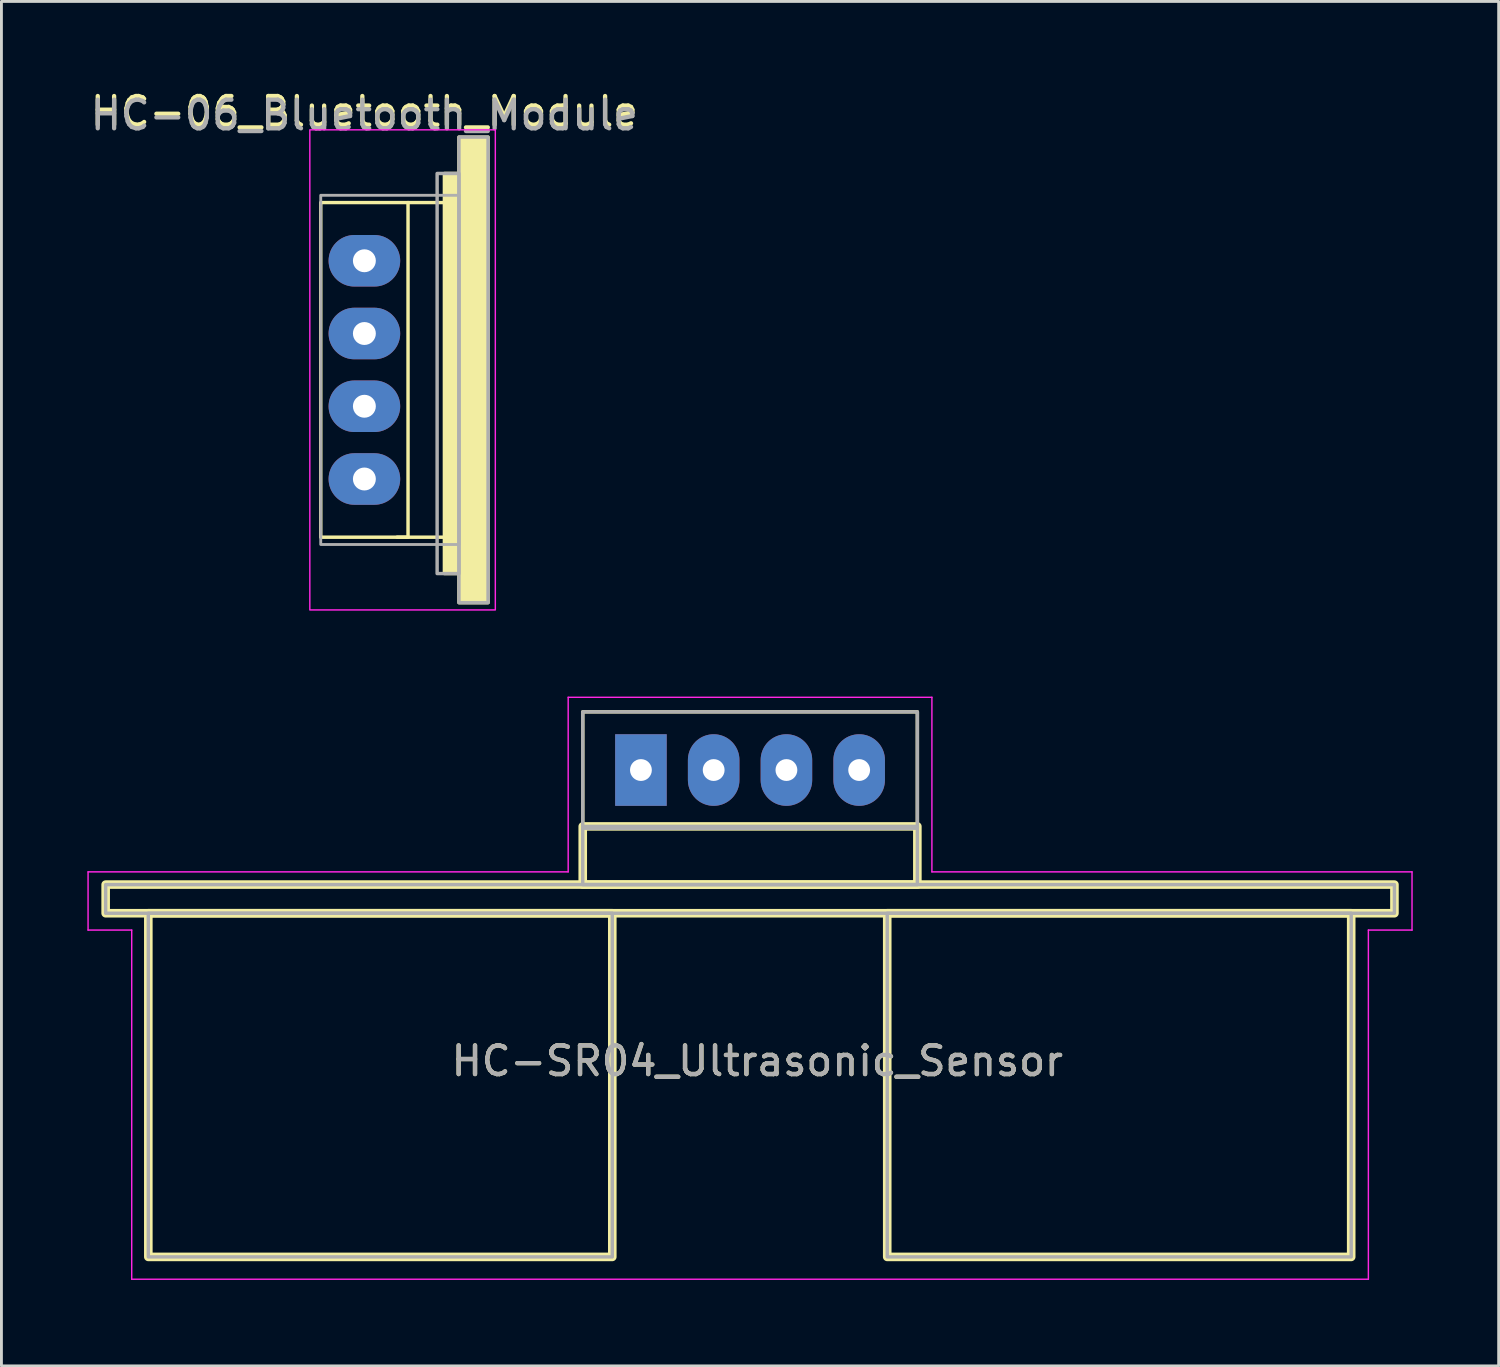
<source format=kicad_pcb>
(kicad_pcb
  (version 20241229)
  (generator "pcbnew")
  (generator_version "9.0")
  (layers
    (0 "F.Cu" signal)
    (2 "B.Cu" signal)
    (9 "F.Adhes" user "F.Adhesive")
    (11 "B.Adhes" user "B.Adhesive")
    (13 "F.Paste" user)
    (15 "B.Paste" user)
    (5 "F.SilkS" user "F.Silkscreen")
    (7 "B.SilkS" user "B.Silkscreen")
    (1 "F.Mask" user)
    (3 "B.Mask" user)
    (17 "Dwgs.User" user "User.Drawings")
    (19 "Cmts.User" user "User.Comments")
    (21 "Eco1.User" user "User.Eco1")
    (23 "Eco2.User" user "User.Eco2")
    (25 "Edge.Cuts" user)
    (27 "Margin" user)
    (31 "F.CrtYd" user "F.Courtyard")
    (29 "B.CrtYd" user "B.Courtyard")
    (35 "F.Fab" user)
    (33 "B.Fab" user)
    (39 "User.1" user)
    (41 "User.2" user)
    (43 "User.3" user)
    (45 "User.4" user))
  (footprint "HC-06_Bluetooth_Module"
    (layer "F.Cu")
    (at 9.673 6.055)
    (property "Reference" "HC-06_Bluetooth_Module" (at 0 -5.207 0) (unlocked yes) (layer "F.SilkS") (effects (font (size 1 1) (thickness 0.15))))
    (attr through_hole)
    (fp_line (start 1.143 9.652) (end 2.921 9.652) (stroke (width 0.12) (type solid)) (layer "F.SilkS"))
    (fp_line (start 1.524 -2.032) (end 3.302 -2.032) (stroke (width 0.12) (type solid)) (layer "F.SilkS"))
    (fp_rect (start -1.524 -2.032) (end 1.524 9.652) (stroke (width 0.12) (type solid)) (fill no) (layer "F.SilkS"))
    (fp_poly (pts (xy 3.302 10.922) (xy 2.794 10.922) (xy 2.794 -3.048) (xy 3.302 -3.048)) (stroke (width 0.12) (type solid)) (fill yes) (layer "F.SilkS"))
    (fp_poly (pts (xy 4.318 11.938) (xy 3.302 11.938) (xy 3.302 -4.318) (xy 4.318 -4.318)) (stroke (width 0.12) (type solid)) (fill yes) (layer "F.SilkS"))
    (fp_rect (start -1.905 -4.572) (end 4.572 12.192) (stroke (width 0.05) (type solid)) (fill no) (layer "F.CrtYd"))
    (fp_rect (start -1.524 -2.286) (end 3.302 9.906) (stroke (width 0.1) (type solid)) (fill no) (layer "F.Fab"))
    (fp_poly (pts (xy 3.302 10.922) (xy 2.54 10.922) (xy 2.54 -3.048) (xy 3.302 -3.048)) (stroke (width 0.12) (type solid)) (fill no) (layer "F.Fab"))
    (fp_poly (pts (xy 4.318 11.938) (xy 3.302 11.938) (xy 3.302 -4.318) (xy 4.318 -4.318)) (stroke (width 0.12) (type solid)) (fill no) (layer "F.Fab"))
    (fp_text user "${REFERENCE}" (at 0 -5.08 0) (unlocked yes) (layer "F.Fab") (effects (font (size 1 1) (thickness 0.15))))
    (pad "1" thru_hole oval (at 0 7.62) (size 2.5 1.8) (drill 0.8) (layers "*.Cu" "*.Mask"))
    (pad "2" thru_hole oval (at 0 5.08) (size 2.5 1.8) (drill 0.8) (layers "*.Cu" "*.Mask"))
    (pad "3" thru_hole oval (at 0 2.54) (size 2.5 1.8) (drill 0.8) (layers "*.Cu" "*.Mask"))
    (pad "4" thru_hole oval (at 0 0) (size 2.5 1.8) (drill 0.8) (layers "*.Cu" "*.Mask")))
  (footprint "HC-SR04_Ultrasonic_Sensor"
    (layer "F.Cu")
    (at 19.329 23.837)
    (property "Reference" "HC-SR04_Ultrasonic_Sensor" (at 4.064 10.16 0) (unlocked yes) (layer "F.SilkS") (effects (font (size 1 1) (thickness 0.15))))
    (attr through_hole)
    (fp_rect (start -18.69 4) (end 26.31 5) (stroke (width 0.3) (type solid)) (fill no) (layer "F.SilkS"))
    (fp_rect (start -17.2 5) (end -1 17) (stroke (width 0.3) (type solid)) (fill no) (layer "F.SilkS"))
    (fp_rect (start -2.032 -2.032) (end 9.652 2.032) (stroke (width 0.12) (type solid)) (fill no) (layer "F.SilkS"))
    (fp_rect (start -2.032 4) (end 9.652 1.968) (stroke (width 0.3) (type solid)) (fill no) (layer "F.SilkS"))
    (fp_rect (start 8.6 5) (end 24.8 17) (stroke (width 0.3) (type solid)) (fill no) (layer "F.SilkS"))
    (fp_line (start -19.304 3.556) (end -19.304 5.588) (stroke (width 0.05) (type solid)) (layer "F.CrtYd"))
    (fp_line (start -19.304 5.588) (end -17.78 5.588) (stroke (width 0.05) (type solid)) (layer "F.CrtYd"))
    (fp_line (start -17.78 5.588) (end -17.78 17.78) (stroke (width 0.05) (type solid)) (layer "F.CrtYd"))
    (fp_line (start -17.78 17.78) (end 25.4 17.78) (stroke (width 0.05) (type solid)) (layer "F.CrtYd"))
    (fp_line (start -2.54 -2.54) (end -2.54 3.556) (stroke (width 0.05) (type solid)) (layer "F.CrtYd"))
    (fp_line (start -2.54 3.556) (end -19.304 3.556) (stroke (width 0.05) (type solid)) (layer "F.CrtYd"))
    (fp_line (start 10.16 -2.54) (end -2.54 -2.54) (stroke (width 0.05) (type solid)) (layer "F.CrtYd"))
    (fp_line (start 10.16 3.556) (end 10.16 -2.54) (stroke (width 0.05) (type solid)) (layer "F.CrtYd"))
    (fp_line (start 25.4 5.588) (end 25.4 17.78) (stroke (width 0.05) (type solid)) (layer "F.CrtYd"))
    (fp_line (start 26.924 3.556) (end 10.16 3.556) (stroke (width 0.05) (type solid)) (layer "F.CrtYd"))
    (fp_line (start 26.924 3.556) (end 26.924 5.588) (stroke (width 0.05) (type solid)) (layer "F.CrtYd"))
    (fp_line (start 26.924 5.588) (end 25.4 5.588) (stroke (width 0.05) (type solid)) (layer "F.CrtYd"))
    (fp_rect (start -18.69 4) (end 26.31 5) (stroke (width 0.12) (type solid)) (fill no) (layer "F.Fab"))
    (fp_rect (start -17.2 5) (end -1 17) (stroke (width 0.12) (type solid)) (fill no) (layer "F.Fab"))
    (fp_rect (start -2.032 -2.032) (end 9.652 2.032) (stroke (width 0.12) (type solid)) (fill no) (layer "F.Fab"))
    (fp_rect (start -2.032 4) (end 9.652 1.968) (stroke (width 0.12) (type solid)) (fill no) (layer "F.Fab"))
    (fp_rect (start 8.6 5) (end 24.8 17) (stroke (width 0.12) (type solid)) (fill no) (layer "F.Fab"))
    (fp_text user "${REFERENCE}" (at 4.064 10.16 0) (unlocked yes) (layer "F.Fab") (effects (font (size 1 1) (thickness 0.15))))
    (pad "1" thru_hole rect (at 0 0 180) (size 1.8 2.5) (drill 0.762) (layers "*.Cu" "*.Mask"))
    (pad "2" thru_hole oval (at 2.54 0 180) (size 1.8 2.5) (drill 0.762) (layers "*.Cu" "*.Mask"))
    (pad "3" thru_hole oval (at 5.08 0 180) (size 1.8 2.5) (drill 0.762) (layers "*.Cu" "*.Mask"))
    (pad "4" thru_hole oval (at 7.62 0 180) (size 1.8 2.5) (drill 0.762) (layers "*.Cu" "*.Mask")))
  (gr_rect
    (start -3 -3)
    (end 49.278 44.642)
    (stroke (width 0.1) (type default))
    (fill no)
    (layer "Edge.Cuts")))
</source>
